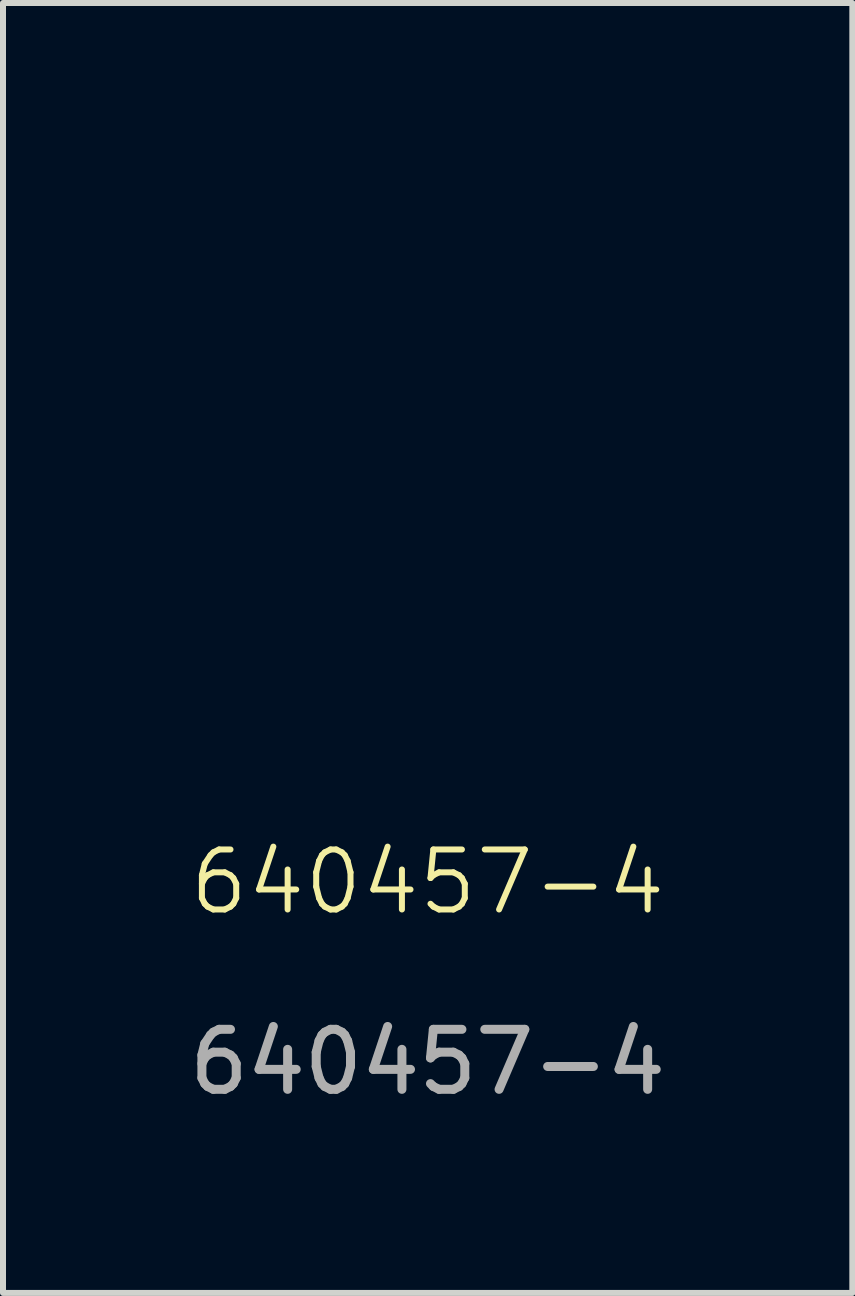
<source format=kicad_pcb>
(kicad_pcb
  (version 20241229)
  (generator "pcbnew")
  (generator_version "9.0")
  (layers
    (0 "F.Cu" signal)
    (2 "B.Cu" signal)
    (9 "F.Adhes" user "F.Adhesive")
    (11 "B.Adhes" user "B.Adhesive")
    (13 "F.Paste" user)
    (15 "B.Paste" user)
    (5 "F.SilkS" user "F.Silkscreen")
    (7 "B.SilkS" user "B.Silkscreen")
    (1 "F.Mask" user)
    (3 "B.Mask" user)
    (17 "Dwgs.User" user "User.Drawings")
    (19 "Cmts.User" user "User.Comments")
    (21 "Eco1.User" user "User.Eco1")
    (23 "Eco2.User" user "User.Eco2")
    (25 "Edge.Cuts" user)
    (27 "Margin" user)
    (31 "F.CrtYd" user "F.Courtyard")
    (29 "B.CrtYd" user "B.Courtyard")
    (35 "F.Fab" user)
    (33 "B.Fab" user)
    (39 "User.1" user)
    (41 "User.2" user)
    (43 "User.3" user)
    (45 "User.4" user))
  (footprint "640457-4"
    (layer "F.Cu")
    (at 4.077 0.25)
    (property "Reference" "640457-4" (at 0 11.4 0) (unlocked yes) (layer "F.SilkS") (effects (font (size 1 1) (thickness 0.1))))
    (attr through_hole)
    (fp_text user "${REFERENCE}" (at 0 14.4 0) (unlocked yes) (layer "F.Fab") (effects (font (size 1 1) (thickness 0.15)))))
  (gr_rect
    (start -3 -3)
    (end 11.155 18.498)
    (stroke (width 0.1) (type default))
    (fill no)
    (layer "Edge.Cuts")))
</source>
